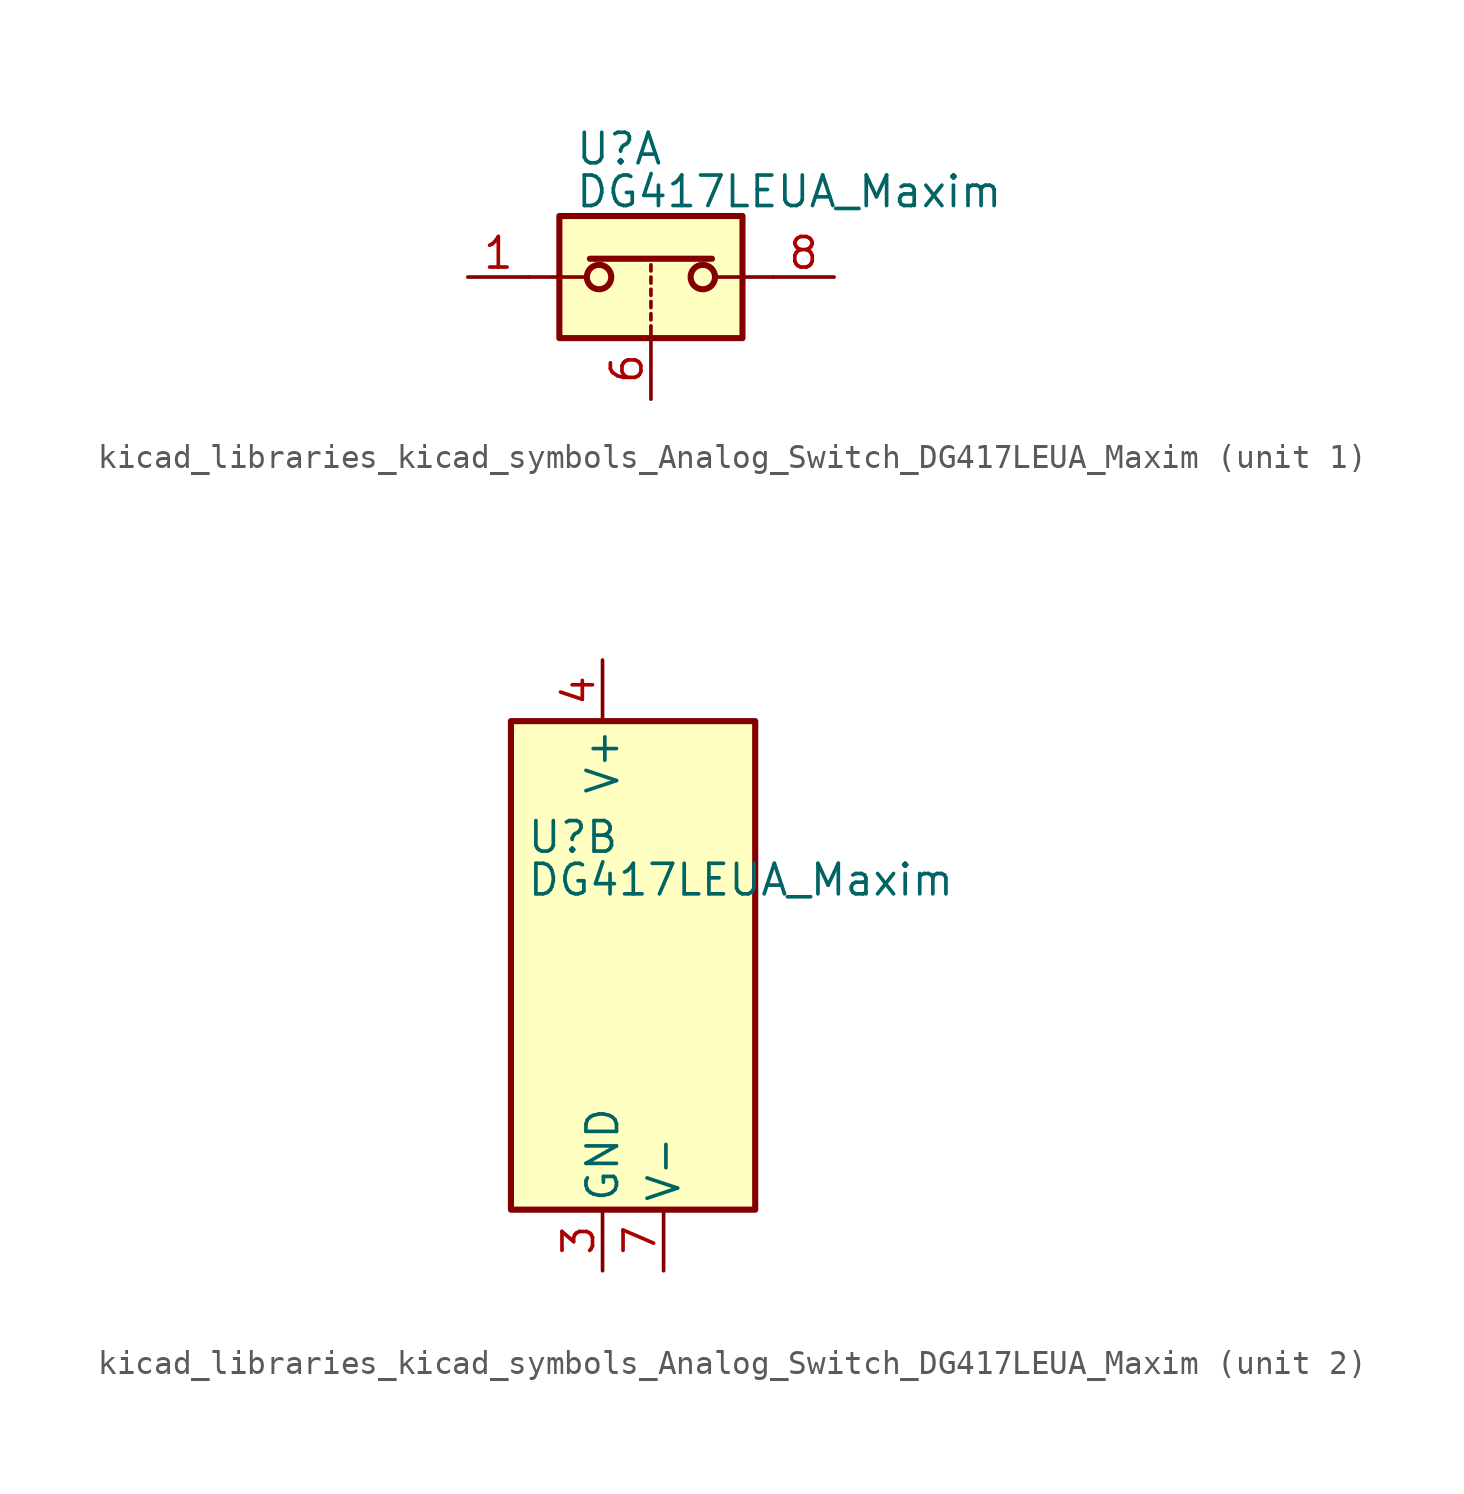
<source format=kicad_sym>
(kicad_symbol_lib
  (version 20220914)
  (generator kicad_symbol_editor)
  (symbol "kicad_libraries_kicad_symbols_Analog_Switch_DG417LEUA_Maxim"
    (pin_names
      (offset 0.254))
    (property "Reference" "U"
      (at -3.175 5.334 0)
      (effects (font (size 1.27 1.27)) (justify left)))
    (property "Value" "DG417LEUA_Maxim"
      (at -3.175 3.556 0)
      (effects (font (size 1.27 1.27)) (justify left)))
    (symbol "kicad_libraries_kicad_symbols_Analog_Switch_DG417LEUA_Maxim_1_1"
      (rectangle (start -3.81 2.54) (end 3.81 -2.54) (stroke (width 0.254) (type default)) (fill (type background)))
      (circle (center -2.159 0) (radius 0.508) (stroke (width 0.254) (type default)) (fill (type none)))
      (polyline (pts (xy -5.08 0) (xy -2.794 0)) (stroke (width 0) (type default)) (fill (type none)))
      (polyline (pts (xy -2.54 0.762) (xy 2.54 0.762)) (stroke (width 0.254) (type default)) (fill (type none)))
      (polyline (pts (xy 0 -2.54) (xy 0 -2.032)) (stroke (width 0) (type default)) (fill (type none)))
      (polyline (pts (xy 0 -1.778) (xy 0 -1.524)) (stroke (width 0) (type default)) (fill (type none)))
      (polyline (pts (xy 0 -1.27) (xy 0 -1.016)) (stroke (width 0) (type default)) (fill (type none)))
      (polyline (pts (xy 0 -0.762) (xy 0 -0.508)) (stroke (width 0) (type default)) (fill (type none)))
      (polyline (pts (xy 0 -0.254) (xy 0 0)) (stroke (width 0) (type default)) (fill (type none)))
      (polyline (pts (xy 0 0.254) (xy 0 0.508)) (stroke (width 0) (type default)) (fill (type none)))
      (polyline (pts (xy 5.08 0) (xy 2.794 0)) (stroke (width 0) (type default)) (fill (type none)))
      (circle (center 2.159 0) (radius 0.508) (stroke (width 0.254) (type default)) (fill (type none)))
      (pin passive line (at -7.62 0 0) (length 2.54) (name "~" (effects (font (size 1.27 1.27)))) (number "1" (effects (font (size 1.27 1.27)))))
      (pin input line (at 0 -5.08 90) (length 2.54) (name "~" (effects (font (size 1.27 1.27)))) (number "6" (effects (font (size 1.27 1.27)))))
      (pin passive line (at 7.62 0 180) (length 2.54) (name "~" (effects (font (size 1.27 1.27)))) (number "8" (effects (font (size 1.27 1.27))))))
    (symbol "kicad_libraries_kicad_symbols_Analog_Switch_DG417LEUA_Maxim_2_0"
      (pin no_connect line (at -2.54 10.16 270) (length 2.54) hide (name "NC" (effects (font (size 1.27 1.27)))) (number "2" (effects (font (size 1.27 1.27)))))
      (pin power_in line (at 0 -12.7 90) (length 2.54) (name "GND" (effects (font (size 1.27 1.27)))) (number "3" (effects (font (size 1.27 1.27)))))
      (pin power_in line (at 0 12.7 270) (length 2.54) (name "V+" (effects (font (size 1.27 1.27)))) (number "4" (effects (font (size 1.27 1.27)))))
      (pin no_connect line (at 2.54 10.16 270) (length 2.54) hide (name "NC" (effects (font (size 1.27 1.27)))) (number "5" (effects (font (size 1.27 1.27)))))
      (pin power_in line (at 2.54 -12.7 90) (length 2.54) (name "V-" (effects (font (size 1.27 1.27)))) (number "7" (effects (font (size 1.27 1.27))))))
    (symbol "kicad_libraries_kicad_symbols_Analog_Switch_DG417LEUA_Maxim_2_1"
      (rectangle (start -3.81 10.16) (end 6.35 -10.16) (stroke (width 0.254) (type default)) (fill (type background))))))
</source>
